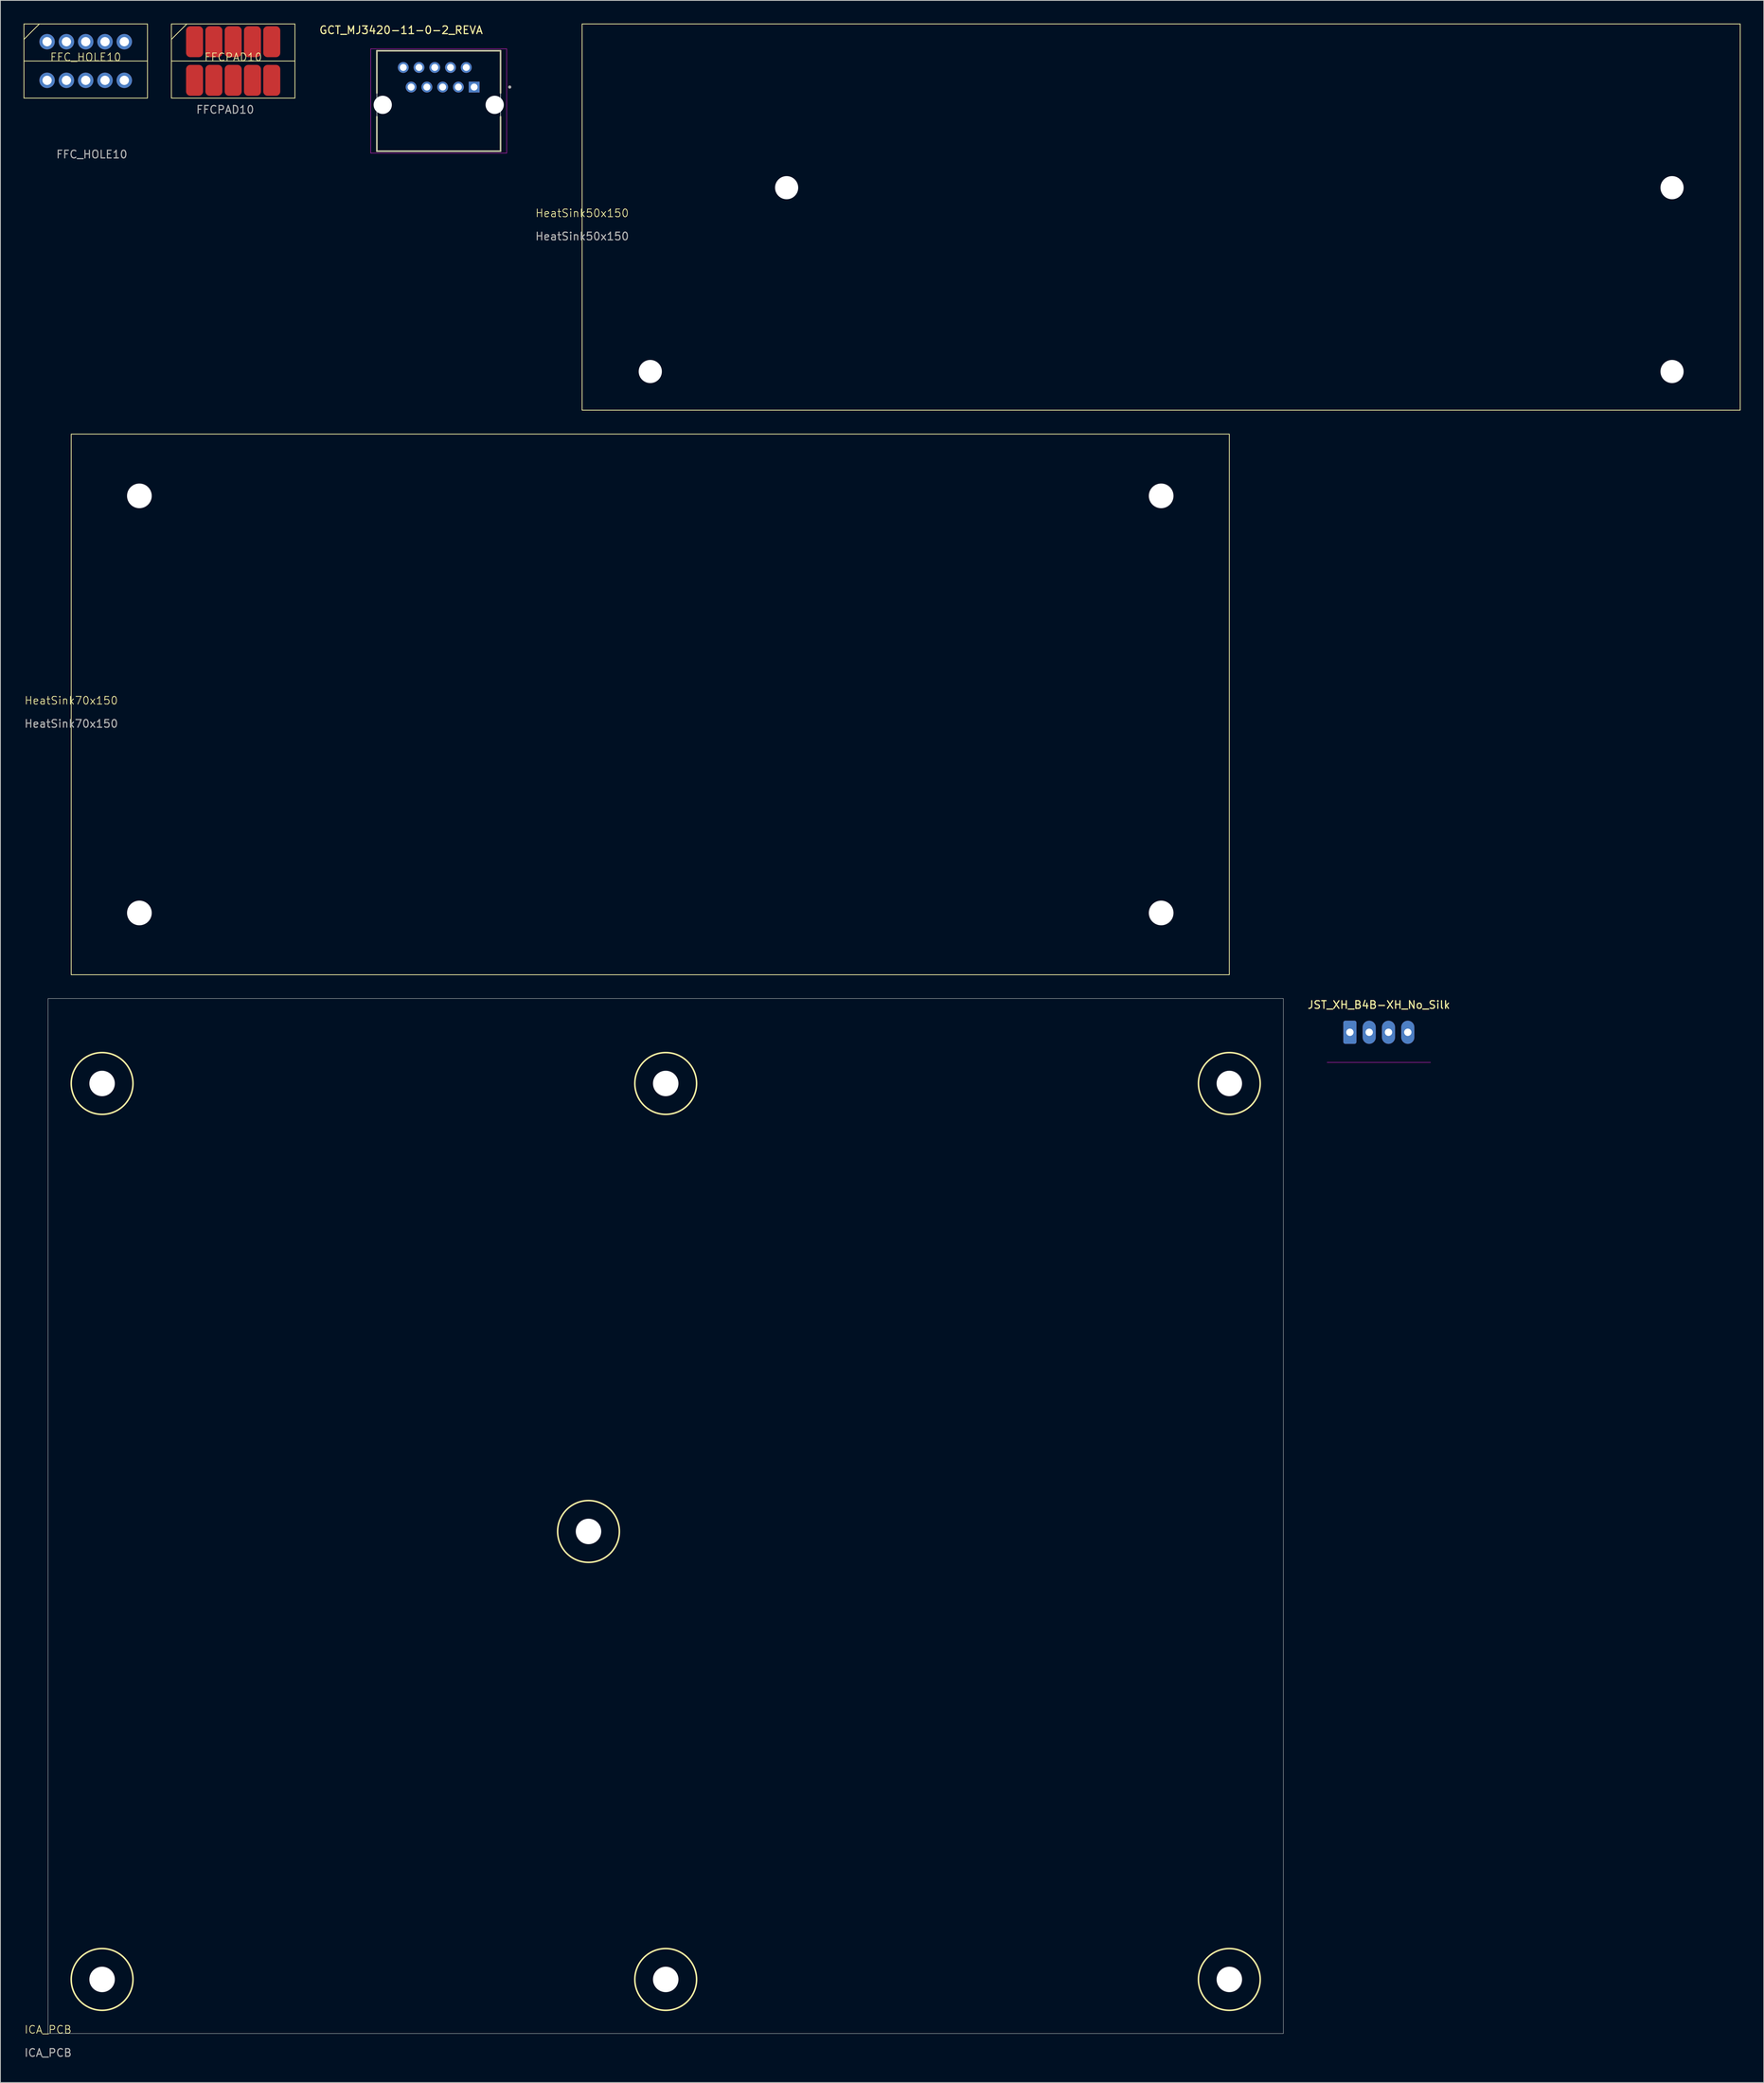
<source format=kicad_pcb>
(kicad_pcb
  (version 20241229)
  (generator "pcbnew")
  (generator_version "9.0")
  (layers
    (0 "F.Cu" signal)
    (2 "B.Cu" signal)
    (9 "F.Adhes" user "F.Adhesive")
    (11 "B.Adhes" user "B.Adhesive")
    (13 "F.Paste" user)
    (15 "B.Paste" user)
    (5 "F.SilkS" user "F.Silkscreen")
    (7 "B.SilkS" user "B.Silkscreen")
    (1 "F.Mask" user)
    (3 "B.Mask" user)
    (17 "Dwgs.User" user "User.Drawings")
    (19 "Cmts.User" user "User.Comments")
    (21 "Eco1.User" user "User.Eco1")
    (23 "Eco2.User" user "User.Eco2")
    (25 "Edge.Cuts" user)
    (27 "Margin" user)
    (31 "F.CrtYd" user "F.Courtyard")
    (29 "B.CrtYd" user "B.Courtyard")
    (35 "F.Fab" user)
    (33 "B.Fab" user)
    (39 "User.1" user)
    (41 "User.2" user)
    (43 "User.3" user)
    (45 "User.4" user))
  (footprint "HeatSink50x150"
    (layer "F.Cu")
    (at 72.344 25.05)
    (property "Reference" "HeatSink50x150" (at 0 -0.5 0) (unlocked yes) (layer "F.SilkS") (effects (font (size 1 1) (thickness 0.1))))
    (attr through_hole)
    (fp_rect (start 0 -25) (end 150 25) (stroke (width 0.1) (type default)) (fill no) (layer "F.SilkS"))
    (fp_text user "${REFERENCE}" (at 0 2.5 0) (unlocked yes) (layer "F.Fab") (effects (font (size 1 1) (thickness 0.15))))
    (pad "" np_thru_hole circle (at 8.83 20) (size 3 3) (drill 3.2) (layers "*.Cu" "*.Mask"))
    (pad "" np_thru_hole circle (at 26.49 -3.8) (size 3 3) (drill 3.2) (layers "*.Cu" "*.Mask"))
    (pad "" np_thru_hole circle (at 141.17 -3.8) (size 3 3) (drill 3.2) (layers "*.Cu" "*.Mask"))
    (pad "" np_thru_hole circle (at 141.17 20) (size 3 3) (drill 3.2) (layers "*.Cu" "*.Mask")))
  (footprint "JST_XH_B4B-XH_No_Silk"
    (layer "F.Cu")
    (at 171.787 130.598)
    (property "Reference" "JST_XH_B4B-XH_No_Silk" (at 3.75 -3.55 0) (layer "F.SilkS") (effects (font (size 1 1) (thickness 0.15))))
    (attr through_hole)
    (fp_line (start -2.95 3.9) (end 10.45 3.9) (stroke (width 0.05) (type solid)) (layer "F.CrtYd"))
    (pad "1" thru_hole roundrect (at 0 0) (size 1.7 3) (drill 0.95) (layers "*.Cu" "*.Mask") (roundrect_rratio 0.147))
    (pad "2" thru_hole oval (at 2.5 0) (size 1.7 3) (drill 0.95) (layers "*.Cu" "*.Mask"))
    (pad "3" thru_hole oval (at 5 0) (size 1.7 3) (drill 0.95) (layers "*.Cu" "*.Mask"))
    (pad "4" thru_hole oval (at 7.5 0) (size 1.7 3) (drill 0.95) (layers "*.Cu" "*.Mask")))
  (footprint "HeatSink70x150"
    (layer "F.Cu")
    (at 6.173 88.15)
    (property "Reference" "HeatSink70x150" (at 0 -0.5 0) (unlocked yes) (layer "F.SilkS") (effects (font (size 1 1) (thickness 0.1))))
    (attr through_hole)
    (fp_rect (start 0 -35) (end 150 35) (stroke (width 0.1) (type default)) (fill no) (layer "F.SilkS"))
    (fp_text user "${REFERENCE}" (at 0 2.5 0) (unlocked yes) (layer "F.Fab") (effects (font (size 1 1) (thickness 0.15))))
    (pad "" np_thru_hole circle (at 8.83 -27) (size 3.2 3.2) (drill 3.2) (layers "*.Cu" "*.Mask"))
    (pad "" np_thru_hole circle (at 8.83 27) (size 3.2 3.2) (drill 3.2) (layers "*.Cu" "*.Mask"))
    (pad "" np_thru_hole circle (at 141.17 -27) (size 3.2 3.2) (drill 3.2) (layers "*.Cu" "*.Mask"))
    (pad "" np_thru_hole circle (at 141.17 27) (size 3.2 3.2) (drill 3.2) (layers "*.Cu" "*.Mask")))
  (footprint "FFCPAD10"
    (layer "F.Cu")
    (at 27.15 4.85)
    (property "Reference" "FFCPAD10" (at 0 -0.5 0) (unlocked yes) (layer "F.SilkS") (effects (font (size 1 1) (thickness 0.1))))
    (attr smd)
    (fp_line (start -8 0) (end 8 0) (stroke (width 0.1) (type default)) (layer "F.SilkS"))
    (fp_line (start -6 -4.8) (end -8 -2.8) (stroke (width 0.1) (type default)) (layer "F.SilkS"))
    (fp_rect (start -8 -4.8) (end 8 4.8) (stroke (width 0.1) (type default)) (fill no) (layer "F.SilkS"))
    (fp_text user "${REFERENCE}" (at -1.04 6.3 0) (unlocked yes) (layer "F.Fab") (effects (font (size 1 1) (thickness 0.15))))
    (pad "1" smd roundrect (at -5 -2.5) (size 2.2 4) (layers "F.Cu" "F.Mask" "F.Paste") (roundrect_rratio 0.25))
    (pad "2" smd roundrect (at -5 2.5) (size 2.2 4) (layers "F.Cu" "F.Mask" "F.Paste") (roundrect_rratio 0.25))
    (pad "3" smd roundrect (at -2.5 -2.5) (size 2.2 4) (layers "F.Cu" "F.Mask" "F.Paste") (roundrect_rratio 0.25))
    (pad "4" smd roundrect (at -2.5 2.5) (size 2.2 4) (layers "F.Cu" "F.Mask" "F.Paste") (roundrect_rratio 0.25))
    (pad "5" smd roundrect (at 0 -2.5) (size 2.2 4) (layers "F.Cu" "F.Mask" "F.Paste") (roundrect_rratio 0.25))
    (pad "6" smd roundrect (at 0 2.5) (size 2.2 4) (layers "F.Cu" "F.Mask" "F.Paste") (roundrect_rratio 0.25))
    (pad "7" smd roundrect (at 2.5 -2.5) (size 2.2 4) (layers "F.Cu" "F.Mask" "F.Paste") (roundrect_rratio 0.25))
    (pad "8" smd roundrect (at 2.5 2.5) (size 2.2 4) (layers "F.Cu" "F.Mask" "F.Paste") (roundrect_rratio 0.25))
    (pad "9" smd roundrect (at 5 -2.5) (size 2.2 4) (layers "F.Cu" "F.Mask" "F.Paste") (roundrect_rratio 0.25))
    (pad "10" smd roundrect (at 5 2.5) (size 2.2 4) (layers "F.Cu" "F.Mask" "F.Paste") (roundrect_rratio 0.25)))
  (footprint "GCT_MJ3420-11-0-2_REVA"
    (layer "F.Cu")
    (at 53.771 10.523)
    (property "Reference" "GCT_MJ3420-11-0-2_REVA" (at -4.875 -9.675 0) (layer "F.SilkS") (effects (font (size 1 1) (thickness 0.15))))
    (attr through_hole)
    (fp_line (start -8.01 -7) (end 8.01 -7) (stroke (width 0.2) (type solid)) (layer "F.SilkS"))
    (fp_line (start -8.01 -1.53) (end -8.01 -7) (stroke (width 0.2) (type solid)) (layer "F.SilkS"))
    (fp_line (start -8.01 6) (end -8.01 1.53) (stroke (width 0.2) (type solid)) (layer "F.SilkS"))
    (fp_line (start 8.01 -7) (end 8.01 -1.53) (stroke (width 0.2) (type solid)) (layer "F.SilkS"))
    (fp_line (start 8.01 1.53) (end 8.01 6) (stroke (width 0.2) (type solid)) (layer "F.SilkS"))
    (fp_line (start 8.01 6) (end -8.01 6) (stroke (width 0.2) (type solid)) (layer "F.SilkS"))
    (fp_circle (center 9.2 -2.3) (end 9.3 -2.3) (stroke (width 0.2) (type solid)) (fill no) (layer "F.SilkS"))
    (fp_line (start -8.8 -7.25) (end -8.8 6.25) (stroke (width 0.05) (type solid)) (layer "F.CrtYd"))
    (fp_line (start -8.8 6.25) (end 8.8 6.25) (stroke (width 0.05) (type solid)) (layer "F.CrtYd"))
    (fp_line (start 8.8 -7.25) (end -8.8 -7.25) (stroke (width 0.05) (type solid)) (layer "F.CrtYd"))
    (fp_line (start 8.8 6.25) (end 8.8 -7.25) (stroke (width 0.05) (type solid)) (layer "F.CrtYd"))
    (fp_line (start -8.01 -7) (end -8.01 6) (stroke (width 0.1) (type solid)) (layer "F.Fab"))
    (fp_line (start -8.01 6) (end 8.01 6) (stroke (width 0.1) (type solid)) (layer "F.Fab"))
    (fp_line (start 8.01 -7) (end -8.01 -7) (stroke (width 0.1) (type solid)) (layer "F.Fab"))
    (fp_line (start 8.01 6) (end 8.01 -7) (stroke (width 0.1) (type solid)) (layer "F.Fab"))
    (fp_circle (center 9.2 -2.3) (end 9.3 -2.3) (stroke (width 0.2) (type solid)) (fill no) (layer "F.Fab"))
    (pad "" np_thru_hole circle (at -7.25 0) (size 2.36 2.36) (drill 2.36) (layers "*.Cu" "*.Mask"))
    (pad "" np_thru_hole circle (at 7.25 0) (size 2.36 2.36) (drill 2.36) (layers "*.Cu" "*.Mask"))
    (pad "1" thru_hole rect (at 4.59 -2.3) (size 1.408 1.408) (drill 0.9) (layers "*.Cu" "*.Mask"))
    (pad "2" thru_hole circle (at 3.57 -4.84) (size 1.408 1.408) (drill 0.9) (layers "*.Cu" "*.Mask"))
    (pad "3" thru_hole circle (at 2.55 -2.3) (size 1.408 1.408) (drill 0.9) (layers "*.Cu" "*.Mask"))
    (pad "4" thru_hole circle (at 1.53 -4.84) (size 1.408 1.408) (drill 0.9) (layers "*.Cu" "*.Mask"))
    (pad "5" thru_hole circle (at 0.51 -2.3) (size 1.408 1.408) (drill 0.9) (layers "*.Cu" "*.Mask"))
    (pad "6" thru_hole circle (at -0.51 -4.84) (size 1.408 1.408) (drill 0.9) (layers "*.Cu" "*.Mask"))
    (pad "7" thru_hole circle (at -1.53 -2.3) (size 1.408 1.408) (drill 0.9) (layers "*.Cu" "*.Mask"))
    (pad "8" thru_hole circle (at -2.55 -4.84) (size 1.408 1.408) (drill 0.9) (layers "*.Cu" "*.Mask"))
    (pad "9" thru_hole circle (at -3.57 -2.3) (size 1.408 1.408) (drill 0.9) (layers "*.Cu" "*.Mask"))
    (pad "10" thru_hole circle (at -4.59 -4.84) (size 1.408 1.408) (drill 0.9) (layers "*.Cu" "*.Mask")))
  (footprint "FFC_HOLE10"
    (layer "F.Cu")
    (at 8.05 4.85)
    (property "Reference" "FFC_HOLE10" (at 0 -0.5 0) (unlocked yes) (layer "F.SilkS") (effects (font (size 1 1) (thickness 0.1))))
    (attr through_hole)
    (fp_line (start -8 0) (end 8 0) (stroke (width 0.1) (type default)) (layer "F.SilkS"))
    (fp_line (start -6 -4.8) (end -8 -2.8) (stroke (width 0.1) (type default)) (layer "F.SilkS"))
    (fp_rect (start -8 -4.8) (end 8 4.8) (stroke (width 0.1) (type default)) (fill no) (layer "F.SilkS"))
    (fp_text user "${REFERENCE}" (at 0.79 12.09 0) (unlocked yes) (layer "F.Fab") (effects (font (size 1 1) (thickness 0.15))))
    (pad "1" thru_hole circle (at -5 -2.5) (size 2 2) (drill 1.2) (layers "*.Cu" "*.Mask"))
    (pad "2" thru_hole circle (at -5 2.5) (size 2 2) (drill 1.2) (layers "*.Cu" "*.Mask"))
    (pad "3" thru_hole circle (at -2.5 -2.5) (size 2 2) (drill 1.2) (layers "*.Cu" "*.Mask"))
    (pad "4" thru_hole circle (at -2.5 2.5) (size 2 2) (drill 1.2) (layers "*.Cu" "*.Mask"))
    (pad "5" thru_hole circle (at 0 -2.5) (size 2 2) (drill 1.2) (layers "*.Cu" "*.Mask"))
    (pad "6" thru_hole circle (at 0 2.5) (size 2 2) (drill 1.2) (layers "*.Cu" "*.Mask"))
    (pad "7" thru_hole circle (at 2.5 -2.5) (size 2 2) (drill 1.2) (layers "*.Cu" "*.Mask"))
    (pad "8" thru_hole circle (at 2.5 2.5) (size 2 2) (drill 1.2) (layers "*.Cu" "*.Mask"))
    (pad "9" thru_hole circle (at 5 -2.5) (size 2 2) (drill 1.2) (layers "*.Cu" "*.Mask"))
    (pad "10" thru_hole circle (at 5 2.5) (size 2 2) (drill 1.2) (layers "*.Cu" "*.Mask")))
  (footprint "ICA_PCB"
    (layer "F.Cu")
    (at 3.173 260.225)
    (property "Reference" "ICA_PCB" (at 0 -0.5 0) (unlocked yes) (layer "F.SilkS") (effects (font (size 1 1) (thickness 0.1))))
    (fp_circle (center 7 -123) (end 11 -123) (stroke (width 0.2) (type default)) (fill no) (layer "F.SilkS"))
    (fp_circle (center 7 -7) (end 11 -7) (stroke (width 0.2) (type default)) (fill no) (layer "F.SilkS"))
    (fp_circle (center 70 -65) (end 74 -65) (stroke (width 0.2) (type default)) (fill no) (layer "F.SilkS"))
    (fp_circle (center 80 -123) (end 84 -123) (stroke (width 0.2) (type default)) (fill no) (layer "F.SilkS"))
    (fp_circle (center 80 -7) (end 84 -7) (stroke (width 0.2) (type default)) (fill no) (layer "F.SilkS"))
    (fp_circle (center 153 -123) (end 157 -123) (stroke (width 0.2) (type default)) (fill no) (layer "F.SilkS"))
    (fp_circle (center 153 -7) (end 157 -7) (stroke (width 0.2) (type default)) (fill no) (layer "F.SilkS"))
    (fp_rect (start 0 -134) (end 160 0) (stroke (width 0.05) (type default)) (fill no) (layer "Edge.Cuts"))
    (fp_text user "${REFERENCE}" (at 0 2.5 0) (unlocked yes) (layer "F.Fab") (effects (font (size 1 1) (thickness 0.15))))
    (pad "" np_thru_hole circle (at 7 -123) (size 3.3 3.3) (drill 3.3) (layers "*.Cu" "*.Mask"))
    (pad "" np_thru_hole circle (at 7 -7) (size 3.3 3.3) (drill 3.3) (layers "*.Cu" "*.Mask"))
    (pad "" np_thru_hole circle (at 70 -65) (size 3.3 3.3) (drill 3.3) (layers "*.Cu" "*.Mask"))
    (pad "" np_thru_hole circle (at 80 -123) (size 3.3 3.3) (drill 3.3) (layers "*.Cu" "*.Mask"))
    (pad "" np_thru_hole circle (at 80 -7) (size 3.3 3.3) (drill 3.3) (layers "*.Cu" "*.Mask"))
    (pad "" np_thru_hole circle (at 153 -123) (size 3.3 3.3) (drill 3.3) (layers "*.Cu" "*.Mask"))
    (pad "" np_thru_hole circle (at 153 -7) (size 3.3 3.3) (drill 3.3) (layers "*.Cu" "*.Mask")))
  (gr_rect
    (start -3 -3)
    (end 225.394 266.573)
    (stroke (width 0.1) (type default))
    (fill no)
    (layer "Edge.Cuts")))
</source>
